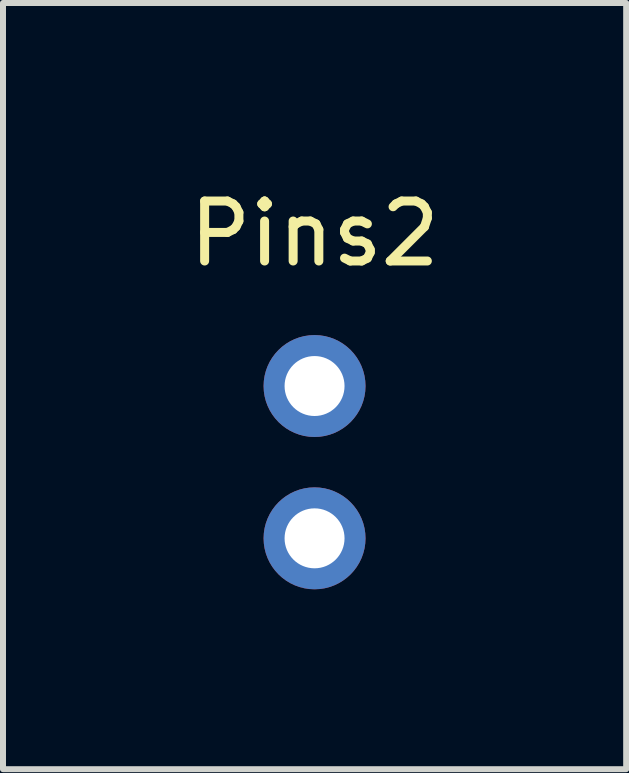
<source format=kicad_pcb>
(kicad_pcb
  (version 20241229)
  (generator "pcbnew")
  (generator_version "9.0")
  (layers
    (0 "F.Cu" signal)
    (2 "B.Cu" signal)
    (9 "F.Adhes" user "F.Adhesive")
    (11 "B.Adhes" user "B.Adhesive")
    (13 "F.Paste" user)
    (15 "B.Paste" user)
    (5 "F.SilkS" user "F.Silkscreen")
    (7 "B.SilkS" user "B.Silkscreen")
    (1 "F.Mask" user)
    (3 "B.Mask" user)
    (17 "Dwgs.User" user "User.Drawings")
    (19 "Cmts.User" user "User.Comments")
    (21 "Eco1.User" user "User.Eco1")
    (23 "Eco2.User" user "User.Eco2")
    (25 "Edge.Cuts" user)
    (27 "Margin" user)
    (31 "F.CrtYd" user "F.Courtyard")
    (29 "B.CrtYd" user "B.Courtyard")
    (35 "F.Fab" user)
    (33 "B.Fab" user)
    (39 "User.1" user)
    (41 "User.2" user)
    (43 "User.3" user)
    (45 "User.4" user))
  (footprint "Pins2"
    (layer "F.Cu")
    (at 2.196 3.388)
    (property "Reference" "Pins2" (at 0 -2.54 0) (layer "F.SilkS") (effects (font (size 1 1) (thickness 0.15))))
    (attr through_hole)
    (pad "1" thru_hole circle (at 0 0) (size 1.7 1.7) (drill 1) (layers "*.Cu" "*.Mask"))
    (pad "2" thru_hole circle (at 0 2.54) (size 1.7 1.7) (drill 1) (layers "*.Cu" "*.Mask")))
  (gr_rect
    (start -3 -3)
    (end 7.393 9.778)
    (stroke (width 0.1) (type default))
    (fill no)
    (layer "Edge.Cuts")))
</source>
